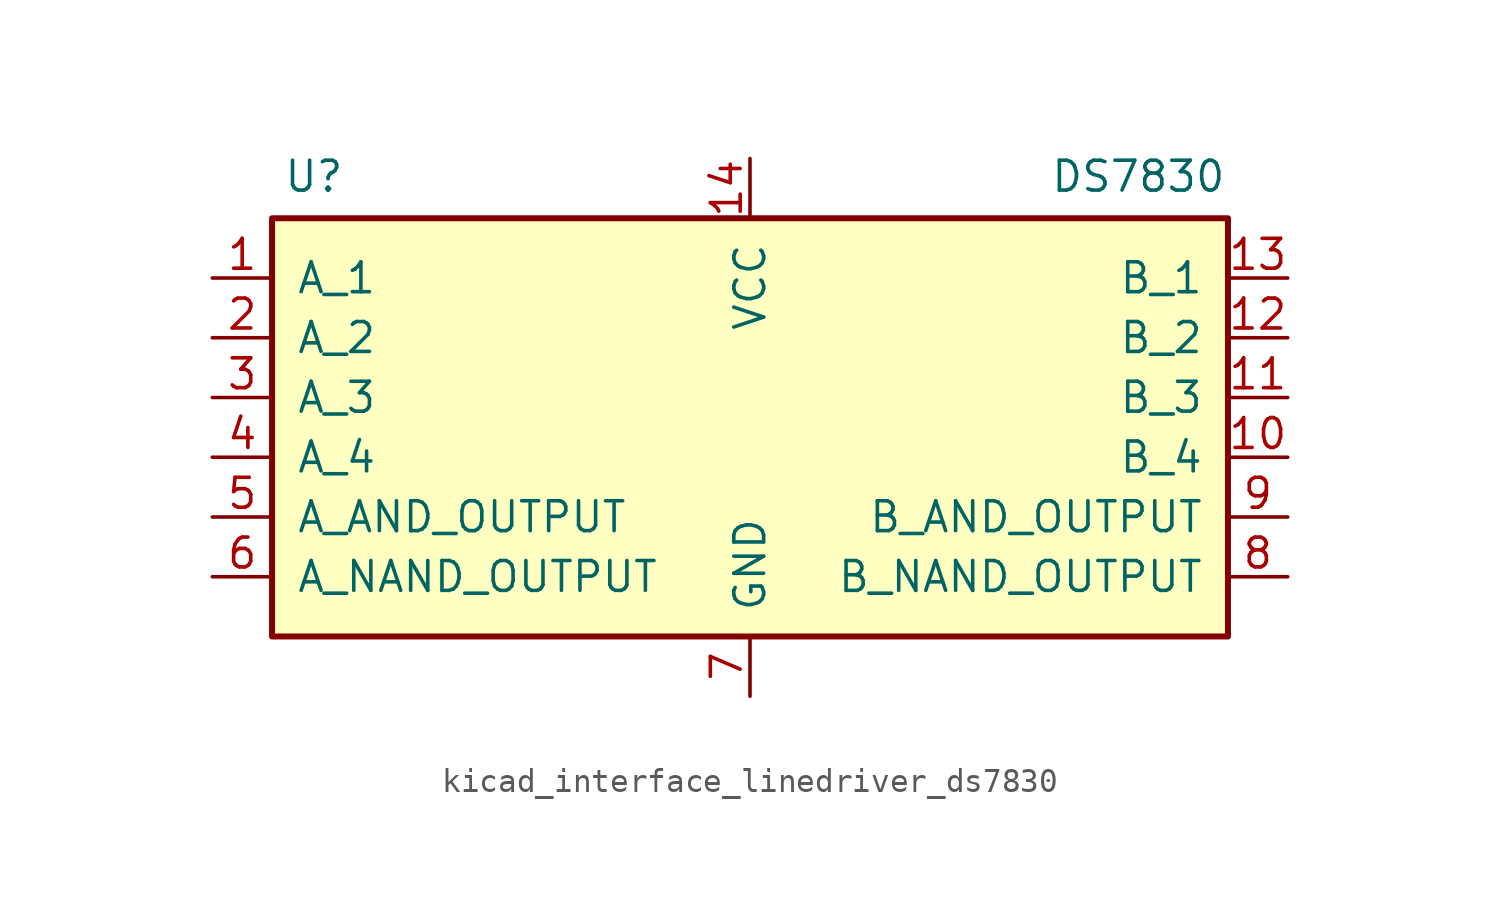
<source format=kicad_sym>
(kicad_symbol_lib
  (version 20220914)
  (generator kicad_symbol_editor)
  (symbol "kicad_interface_linedriver_ds7830"
    (pin_names
      (offset 1.016))
    (property "Reference" "U"
      (at -18.542 9.398 0)
      (effects (font (size 1.27 1.27))))
    (property "Value" "DS7830"
      (at 16.51 9.398 0)
      (effects (font (size 1.27 1.27))))
    (symbol "kicad_interface_linedriver_ds7830_0_1"
      (rectangle (start -20.32 7.62) (end 20.32 -10.16) (stroke (width 0.254) (type default)) (fill (type background))))
    (symbol "kicad_interface_linedriver_ds7830_1_1"
      (pin input line (at -22.86 5.08 0) (length 2.54) (name "A_1" (effects (font (size 1.27 1.27)))) (number "1" (effects (font (size 1.27 1.27)))))
      (pin input line (at 22.86 -2.54 180) (length 2.54) (name "B_4" (effects (font (size 1.27 1.27)))) (number "10" (effects (font (size 1.27 1.27)))))
      (pin input line (at 22.86 0 180) (length 2.54) (name "B_3" (effects (font (size 1.27 1.27)))) (number "11" (effects (font (size 1.27 1.27)))))
      (pin input line (at 22.86 2.54 180) (length 2.54) (name "B_2" (effects (font (size 1.27 1.27)))) (number "12" (effects (font (size 1.27 1.27)))))
      (pin input line (at 22.86 5.08 180) (length 2.54) (name "B_1" (effects (font (size 1.27 1.27)))) (number "13" (effects (font (size 1.27 1.27)))))
      (pin power_in line (at 0 10.16 270) (length 2.54) (name "VCC" (effects (font (size 1.27 1.27)))) (number "14" (effects (font (size 1.27 1.27)))))
      (pin input line (at -22.86 2.54 0) (length 2.54) (name "A_2" (effects (font (size 1.27 1.27)))) (number "2" (effects (font (size 1.27 1.27)))))
      (pin input line (at -22.86 0 0) (length 2.54) (name "A_3" (effects (font (size 1.27 1.27)))) (number "3" (effects (font (size 1.27 1.27)))))
      (pin input line (at -22.86 -2.54 0) (length 2.54) (name "A_4" (effects (font (size 1.27 1.27)))) (number "4" (effects (font (size 1.27 1.27)))))
      (pin input line (at -22.86 -5.08 0) (length 2.54) (name "A_AND_OUTPUT" (effects (font (size 1.27 1.27)))) (number "5" (effects (font (size 1.27 1.27)))))
      (pin input line (at -22.86 -7.62 0) (length 2.54) (name "A_NAND_OUTPUT" (effects (font (size 1.27 1.27)))) (number "6" (effects (font (size 1.27 1.27)))))
      (pin power_in line (at 0 -12.7 90) (length 2.54) (name "GND" (effects (font (size 1.27 1.27)))) (number "7" (effects (font (size 1.27 1.27)))))
      (pin input line (at 22.86 -7.62 180) (length 2.54) (name "B_NAND_OUTPUT" (effects (font (size 1.27 1.27)))) (number "8" (effects (font (size 1.27 1.27)))))
      (pin input line (at 22.86 -5.08 180) (length 2.54) (name "B_AND_OUTPUT" (effects (font (size 1.27 1.27)))) (number "9" (effects (font (size 1.27 1.27))))))))
</source>
